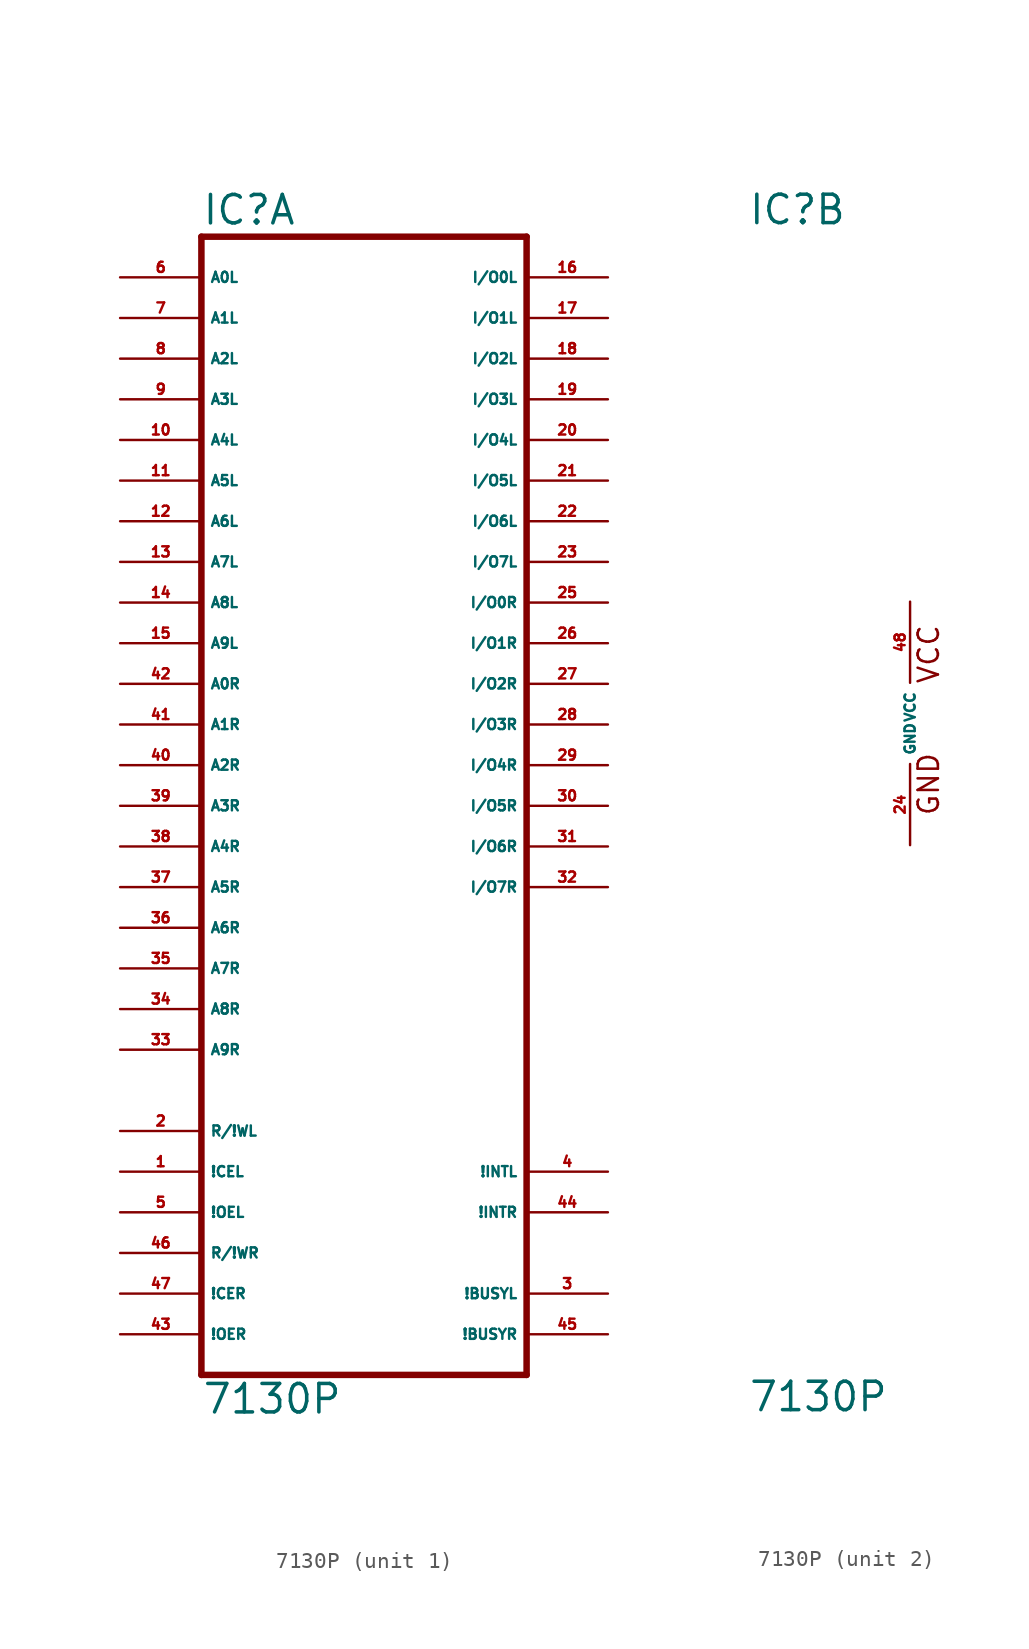
<source format=kicad_sym>
(kicad_symbol_lib
  (version 20220914)
  (generator Eagle2Kicad)
  (symbol "7130P"
    (property "Reference" "IC"
      (at -10.16 31.115 0)
      (effects (font (size 1.778 1.778) (thickness 0.22)) (justify left bottom)))
    (property "Value" "7130P"
      (at -10.16 -43.18 0)
      (effects (font (size 1.778 1.778) (thickness 0.22)) (justify left bottom)))
    (symbol "7130P_1_0"
      (polyline (pts (xy -10.16 -40.64) (xy 10.16 -40.64)) (stroke (width 0.406) (type default)) (fill (type none)))
      (polyline (pts (xy 10.16 -40.64) (xy 10.16 30.48)) (stroke (width 0.406) (type default)) (fill (type none)))
      (polyline (pts (xy 10.16 30.48) (xy -10.16 30.48)) (stroke (width 0.406) (type default)) (fill (type none)))
      (polyline (pts (xy -10.16 30.48) (xy -10.16 -40.64)) (stroke (width 0.406) (type default)) (fill (type none)))
      (pin input line (at -15.24 27.94 0) (length 5.08) (name "A0L" (effects (font (size 0.635 0.635) (thickness 0.08)) (justify left bottom))) (number "6" (effects (font (size 0.635 0.635) (thickness 0.08)) (justify left bottom))))
      (pin input line (at -15.24 25.4 0) (length 5.08) (name "A1L" (effects (font (size 0.635 0.635) (thickness 0.08)) (justify left bottom))) (number "7" (effects (font (size 0.635 0.635) (thickness 0.08)) (justify left bottom))))
      (pin input line (at -15.24 22.86 0) (length 5.08) (name "A2L" (effects (font (size 0.635 0.635) (thickness 0.08)) (justify left bottom))) (number "8" (effects (font (size 0.635 0.635) (thickness 0.08)) (justify left bottom))))
      (pin input line (at -15.24 20.32 0) (length 5.08) (name "A3L" (effects (font (size 0.635 0.635) (thickness 0.08)) (justify left bottom))) (number "9" (effects (font (size 0.635 0.635) (thickness 0.08)) (justify left bottom))))
      (pin input line (at -15.24 17.78 0) (length 5.08) (name "A4L" (effects (font (size 0.635 0.635) (thickness 0.08)) (justify left bottom))) (number "10" (effects (font (size 0.635 0.635) (thickness 0.08)) (justify left bottom))))
      (pin input line (at -15.24 15.24 0) (length 5.08) (name "A5L" (effects (font (size 0.635 0.635) (thickness 0.08)) (justify left bottom))) (number "11" (effects (font (size 0.635 0.635) (thickness 0.08)) (justify left bottom))))
      (pin input line (at -15.24 12.7 0) (length 5.08) (name "A6L" (effects (font (size 0.635 0.635) (thickness 0.08)) (justify left bottom))) (number "12" (effects (font (size 0.635 0.635) (thickness 0.08)) (justify left bottom))))
      (pin input line (at -15.24 10.16 0) (length 5.08) (name "A7L" (effects (font (size 0.635 0.635) (thickness 0.08)) (justify left bottom))) (number "13" (effects (font (size 0.635 0.635) (thickness 0.08)) (justify left bottom))))
      (pin input line (at -15.24 7.62 0) (length 5.08) (name "A8L" (effects (font (size 0.635 0.635) (thickness 0.08)) (justify left bottom))) (number "14" (effects (font (size 0.635 0.635) (thickness 0.08)) (justify left bottom))))
      (pin input line (at -15.24 5.08 0) (length 5.08) (name "A9L" (effects (font (size 0.635 0.635) (thickness 0.08)) (justify left bottom))) (number "15" (effects (font (size 0.635 0.635) (thickness 0.08)) (justify left bottom))))
      (pin input line (at -15.24 2.54 0) (length 5.08) (name "A0R" (effects (font (size 0.635 0.635) (thickness 0.08)) (justify left bottom))) (number "42" (effects (font (size 0.635 0.635) (thickness 0.08)) (justify left bottom))))
      (pin input line (at -15.24 0 0) (length 5.08) (name "A1R" (effects (font (size 0.635 0.635) (thickness 0.08)) (justify left bottom))) (number "41" (effects (font (size 0.635 0.635) (thickness 0.08)) (justify left bottom))))
      (pin input line (at -15.24 -2.54 0) (length 5.08) (name "A2R" (effects (font (size 0.635 0.635) (thickness 0.08)) (justify left bottom))) (number "40" (effects (font (size 0.635 0.635) (thickness 0.08)) (justify left bottom))))
      (pin input line (at -15.24 -5.08 0) (length 5.08) (name "A3R" (effects (font (size 0.635 0.635) (thickness 0.08)) (justify left bottom))) (number "39" (effects (font (size 0.635 0.635) (thickness 0.08)) (justify left bottom))))
      (pin input line (at -15.24 -7.62 0) (length 5.08) (name "A4R" (effects (font (size 0.635 0.635) (thickness 0.08)) (justify left bottom))) (number "38" (effects (font (size 0.635 0.635) (thickness 0.08)) (justify left bottom))))
      (pin input line (at -15.24 -10.16 0) (length 5.08) (name "A5R" (effects (font (size 0.635 0.635) (thickness 0.08)) (justify left bottom))) (number "37" (effects (font (size 0.635 0.635) (thickness 0.08)) (justify left bottom))))
      (pin input line (at -15.24 -12.7 0) (length 5.08) (name "A6R" (effects (font (size 0.635 0.635) (thickness 0.08)) (justify left bottom))) (number "36" (effects (font (size 0.635 0.635) (thickness 0.08)) (justify left bottom))))
      (pin input line (at -15.24 -15.24 0) (length 5.08) (name "A7R" (effects (font (size 0.635 0.635) (thickness 0.08)) (justify left bottom))) (number "35" (effects (font (size 0.635 0.635) (thickness 0.08)) (justify left bottom))))
      (pin input line (at -15.24 -17.78 0) (length 5.08) (name "A8R" (effects (font (size 0.635 0.635) (thickness 0.08)) (justify left bottom))) (number "34" (effects (font (size 0.635 0.635) (thickness 0.08)) (justify left bottom))))
      (pin input line (at -15.24 -20.32 0) (length 5.08) (name "A9R" (effects (font (size 0.635 0.635) (thickness 0.08)) (justify left bottom))) (number "33" (effects (font (size 0.635 0.635) (thickness 0.08)) (justify left bottom))))
      (pin bidirectional line (at 15.24 27.94 180) (length 5.08) (name "I/O0L" (effects (font (size 0.635 0.635) (thickness 0.08)) (justify left bottom))) (number "16" (effects (font (size 0.635 0.635) (thickness 0.08)) (justify left bottom))))
      (pin bidirectional line (at 15.24 25.4 180) (length 5.08) (name "I/O1L" (effects (font (size 0.635 0.635) (thickness 0.08)) (justify left bottom))) (number "17" (effects (font (size 0.635 0.635) (thickness 0.08)) (justify left bottom))))
      (pin bidirectional line (at 15.24 22.86 180) (length 5.08) (name "I/O2L" (effects (font (size 0.635 0.635) (thickness 0.08)) (justify left bottom))) (number "18" (effects (font (size 0.635 0.635) (thickness 0.08)) (justify left bottom))))
      (pin bidirectional line (at 15.24 20.32 180) (length 5.08) (name "I/O3L" (effects (font (size 0.635 0.635) (thickness 0.08)) (justify left bottom))) (number "19" (effects (font (size 0.635 0.635) (thickness 0.08)) (justify left bottom))))
      (pin bidirectional line (at 15.24 17.78 180) (length 5.08) (name "I/O4L" (effects (font (size 0.635 0.635) (thickness 0.08)) (justify left bottom))) (number "20" (effects (font (size 0.635 0.635) (thickness 0.08)) (justify left bottom))))
      (pin bidirectional line (at 15.24 15.24 180) (length 5.08) (name "I/O5L" (effects (font (size 0.635 0.635) (thickness 0.08)) (justify left bottom))) (number "21" (effects (font (size 0.635 0.635) (thickness 0.08)) (justify left bottom))))
      (pin bidirectional line (at 15.24 12.7 180) (length 5.08) (name "I/O6L" (effects (font (size 0.635 0.635) (thickness 0.08)) (justify left bottom))) (number "22" (effects (font (size 0.635 0.635) (thickness 0.08)) (justify left bottom))))
      (pin bidirectional line (at 15.24 10.16 180) (length 5.08) (name "I/O7L" (effects (font (size 0.635 0.635) (thickness 0.08)) (justify left bottom))) (number "23" (effects (font (size 0.635 0.635) (thickness 0.08)) (justify left bottom))))
      (pin bidirectional line (at 15.24 7.62 180) (length 5.08) (name "I/O0R" (effects (font (size 0.635 0.635) (thickness 0.08)) (justify left bottom))) (number "25" (effects (font (size 0.635 0.635) (thickness 0.08)) (justify left bottom))))
      (pin bidirectional line (at 15.24 5.08 180) (length 5.08) (name "I/O1R" (effects (font (size 0.635 0.635) (thickness 0.08)) (justify left bottom))) (number "26" (effects (font (size 0.635 0.635) (thickness 0.08)) (justify left bottom))))
      (pin bidirectional line (at 15.24 2.54 180) (length 5.08) (name "I/O2R" (effects (font (size 0.635 0.635) (thickness 0.08)) (justify left bottom))) (number "27" (effects (font (size 0.635 0.635) (thickness 0.08)) (justify left bottom))))
      (pin bidirectional line (at 15.24 0 180) (length 5.08) (name "I/O3R" (effects (font (size 0.635 0.635) (thickness 0.08)) (justify left bottom))) (number "28" (effects (font (size 0.635 0.635) (thickness 0.08)) (justify left bottom))))
      (pin bidirectional line (at 15.24 -2.54 180) (length 5.08) (name "I/O4R" (effects (font (size 0.635 0.635) (thickness 0.08)) (justify left bottom))) (number "29" (effects (font (size 0.635 0.635) (thickness 0.08)) (justify left bottom))))
      (pin bidirectional line (at 15.24 -5.08 180) (length 5.08) (name "I/O5R" (effects (font (size 0.635 0.635) (thickness 0.08)) (justify left bottom))) (number "30" (effects (font (size 0.635 0.635) (thickness 0.08)) (justify left bottom))))
      (pin bidirectional line (at 15.24 -7.62 180) (length 5.08) (name "I/O6R" (effects (font (size 0.635 0.635) (thickness 0.08)) (justify left bottom))) (number "31" (effects (font (size 0.635 0.635) (thickness 0.08)) (justify left bottom))))
      (pin bidirectional line (at 15.24 -10.16 180) (length 5.08) (name "I/O7R" (effects (font (size 0.635 0.635) (thickness 0.08)) (justify left bottom))) (number "32" (effects (font (size 0.635 0.635) (thickness 0.08)) (justify left bottom))))
      (pin input line (at -15.24 -25.4 0) (length 5.08) (name "R/!WL" (effects (font (size 0.635 0.635) (thickness 0.08)) (justify left bottom))) (number "2" (effects (font (size 0.635 0.635) (thickness 0.08)) (justify left bottom))))
      (pin input line (at -15.24 -27.94 0) (length 5.08) (name "!CEL" (effects (font (size 0.635 0.635) (thickness 0.08)) (justify left bottom))) (number "1" (effects (font (size 0.635 0.635) (thickness 0.08)) (justify left bottom))))
      (pin input line (at -15.24 -30.48 0) (length 5.08) (name "!OEL" (effects (font (size 0.635 0.635) (thickness 0.08)) (justify left bottom))) (number "5" (effects (font (size 0.635 0.635) (thickness 0.08)) (justify left bottom))))
      (pin input line (at -15.24 -33.02 0) (length 5.08) (name "R/!WR" (effects (font (size 0.635 0.635) (thickness 0.08)) (justify left bottom))) (number "46" (effects (font (size 0.635 0.635) (thickness 0.08)) (justify left bottom))))
      (pin input line (at -15.24 -35.56 0) (length 5.08) (name "!CER" (effects (font (size 0.635 0.635) (thickness 0.08)) (justify left bottom))) (number "47" (effects (font (size 0.635 0.635) (thickness 0.08)) (justify left bottom))))
      (pin input line (at -15.24 -38.1 0) (length 5.08) (name "!OER" (effects (font (size 0.635 0.635) (thickness 0.08)) (justify left bottom))) (number "43" (effects (font (size 0.635 0.635) (thickness 0.08)) (justify left bottom))))
      (pin bidirectional line (at 15.24 -35.56 180) (length 5.08) (name "!BUSYL" (effects (font (size 0.635 0.635) (thickness 0.08)) (justify left bottom))) (number "3" (effects (font (size 0.635 0.635) (thickness 0.08)) (justify left bottom))))
      (pin bidirectional line (at 15.24 -38.1 180) (length 5.08) (name "!BUSYR" (effects (font (size 0.635 0.635) (thickness 0.08)) (justify left bottom))) (number "45" (effects (font (size 0.635 0.635) (thickness 0.08)) (justify left bottom))))
      (pin output line (at 15.24 -27.94 180) (length 5.08) (name "!INTL" (effects (font (size 0.635 0.635) (thickness 0.08)) (justify left bottom))) (number "4" (effects (font (size 0.635 0.635) (thickness 0.08)) (justify left bottom))))
      (pin output line (at 15.24 -30.48 180) (length 5.08) (name "!INTR" (effects (font (size 0.635 0.635) (thickness 0.08)) (justify left bottom))) (number "44" (effects (font (size 0.635 0.635) (thickness 0.08)) (justify left bottom)))))
    (symbol "7130P_2_0"
      (text "GND" (at 1.905 -5.842 900) (effects (font (size 1.27 1.27) (thickness 0.16)) (justify left bottom)))
      (text "VCC" (at 1.905 2.413 900) (effects (font (size 1.27 1.27) (thickness 0.16)) (justify left bottom)))
      (pin unspecified line (at 0 7.62 270) (length 5.08) (name "VCC" (effects (font (size 0.635 0.635) (thickness 0.08)) (justify left bottom))) (number "48" (effects (font (size 0.635 0.635) (thickness 0.08)) (justify left bottom))))
      (pin unspecified line (at 0 -7.62 90) (length 5.08) (name "GND" (effects (font (size 0.635 0.635) (thickness 0.08)) (justify left bottom))) (number "24" (effects (font (size 0.635 0.635) (thickness 0.08)) (justify left bottom)))))))
</source>
